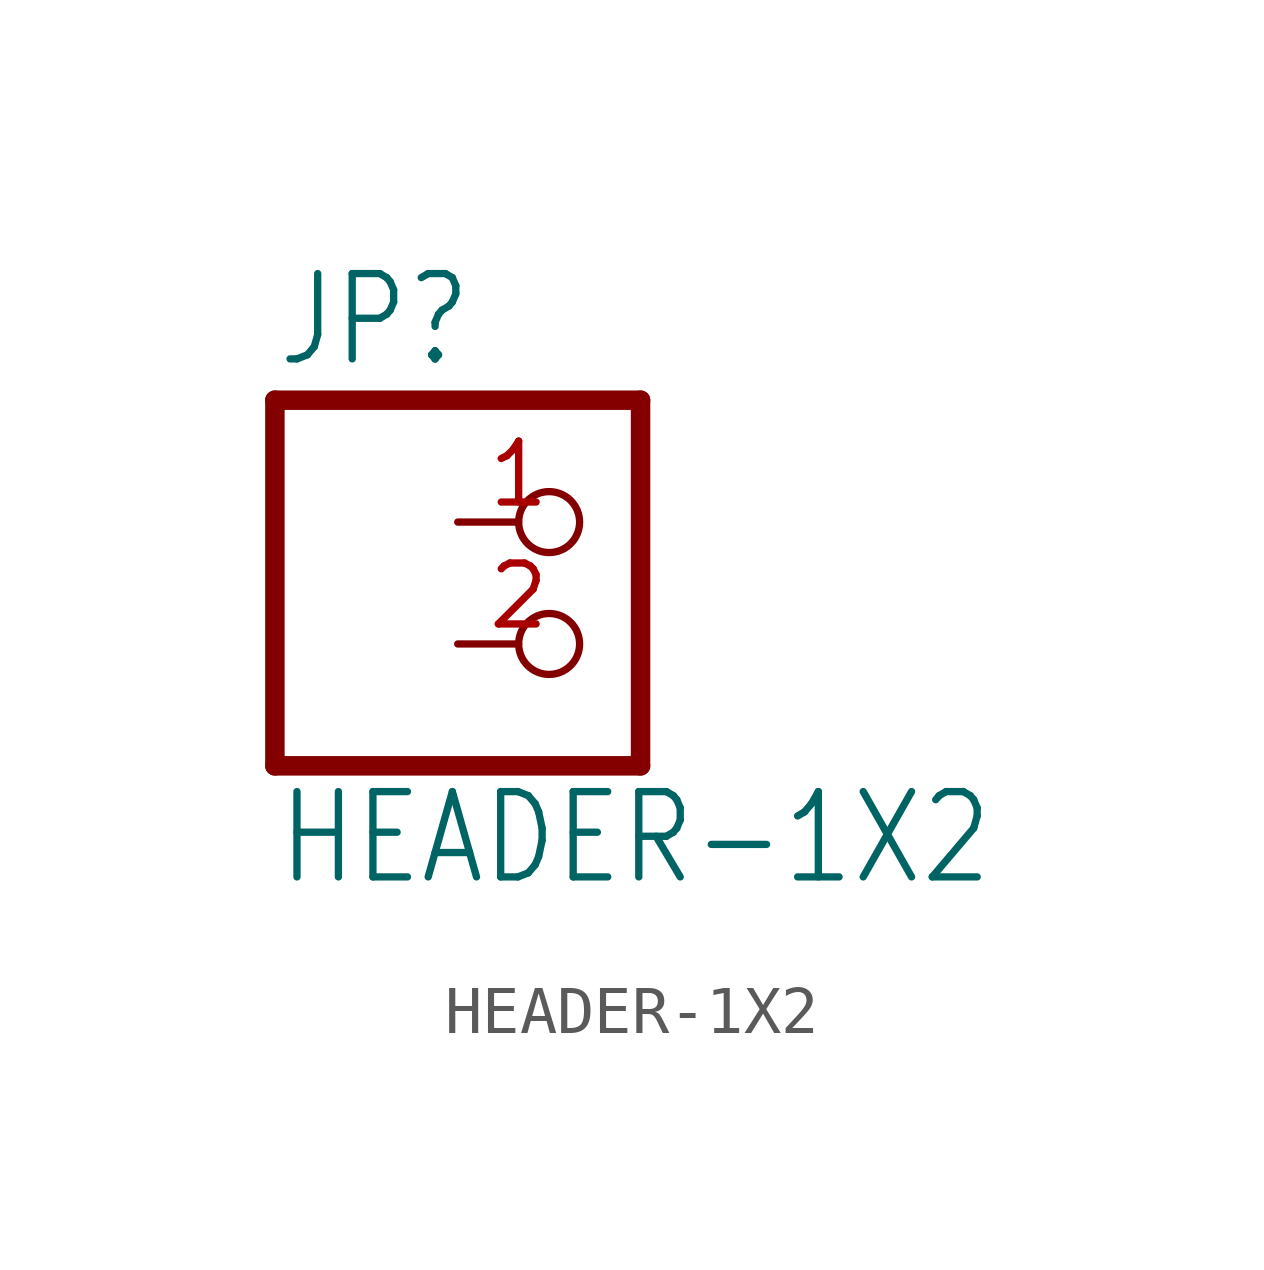
<source format=kicad_sym>
(kicad_symbol_lib
  (version 20211014)
  (generator kicad_symbol_editor)
  (symbol "HEADER-1X2"
    (property "Reference" "JP"
      (at -6.35 5.715 0)
      (effects (font (size 1.778 1.511)) (justify left bottom)))
    (property "Value" "HEADER-1X2"
      (at -6.35 -5.08 0)
      (effects (font (size 1.778 1.511)) (justify left bottom)))
    (property "ki_locked" ""
      (at 0 0 0)
      (effects (font (size 1.27 1.27))))
    (symbol "HEADER-1X2_1_0"
      (polyline (pts (xy -6.35 -2.54) (xy 1.27 -2.54)) (stroke (width 0.406) (type default) (color 0 0 0 0)) (fill (type none)))
      (polyline (pts (xy -6.35 5.08) (xy -6.35 -2.54)) (stroke (width 0.406) (type default) (color 0 0 0 0)) (fill (type none)))
      (polyline (pts (xy 1.27 -2.54) (xy 1.27 5.08)) (stroke (width 0.406) (type default) (color 0 0 0 0)) (fill (type none)))
      (polyline (pts (xy 1.27 5.08) (xy -6.35 5.08)) (stroke (width 0.406) (type default) (color 0 0 0 0)) (fill (type none)))
      (pin passive inverted (at -2.54 2.54 0) (length 2.54) (name "1" (effects (font (size 0 0)))) (number "1" (effects (font (size 1.27 1.27)))))
      (pin passive inverted (at -2.54 0 0) (length 2.54) (name "2" (effects (font (size 0 0)))) (number "2" (effects (font (size 1.27 1.27))))))))
</source>
